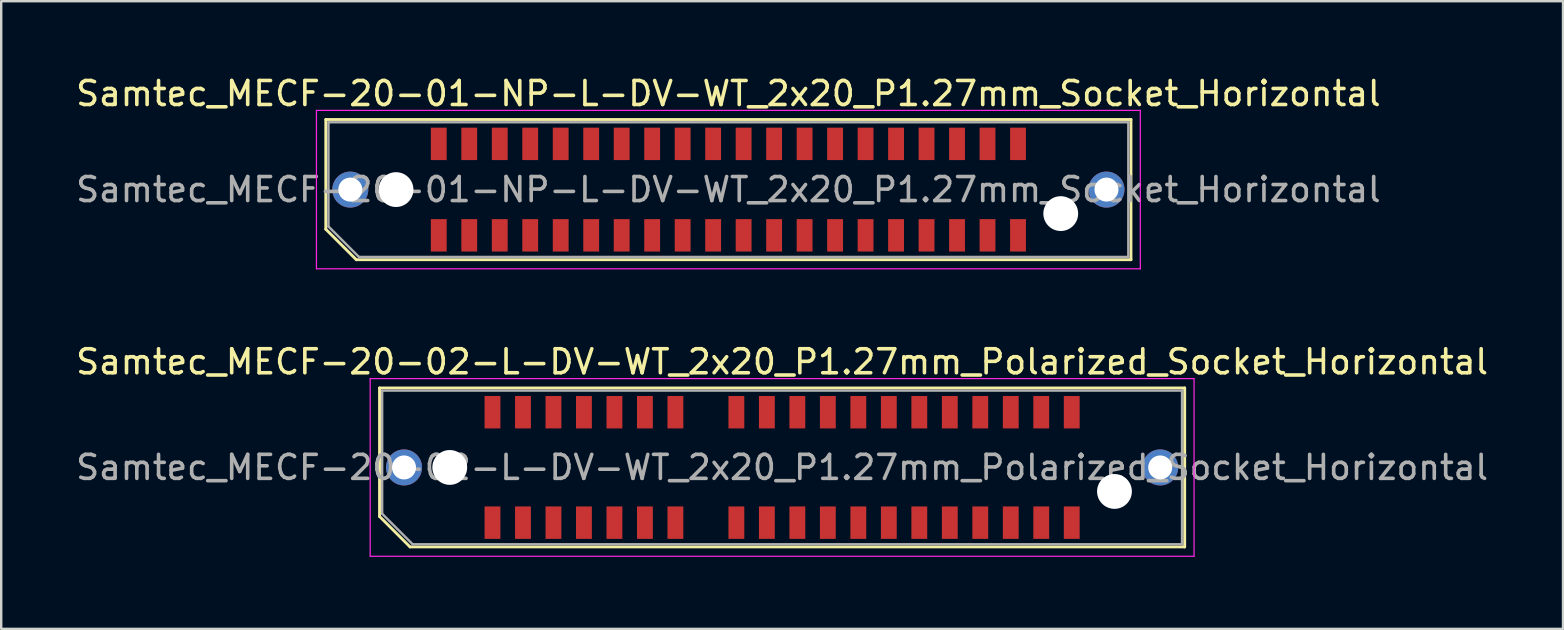
<source format=kicad_pcb>
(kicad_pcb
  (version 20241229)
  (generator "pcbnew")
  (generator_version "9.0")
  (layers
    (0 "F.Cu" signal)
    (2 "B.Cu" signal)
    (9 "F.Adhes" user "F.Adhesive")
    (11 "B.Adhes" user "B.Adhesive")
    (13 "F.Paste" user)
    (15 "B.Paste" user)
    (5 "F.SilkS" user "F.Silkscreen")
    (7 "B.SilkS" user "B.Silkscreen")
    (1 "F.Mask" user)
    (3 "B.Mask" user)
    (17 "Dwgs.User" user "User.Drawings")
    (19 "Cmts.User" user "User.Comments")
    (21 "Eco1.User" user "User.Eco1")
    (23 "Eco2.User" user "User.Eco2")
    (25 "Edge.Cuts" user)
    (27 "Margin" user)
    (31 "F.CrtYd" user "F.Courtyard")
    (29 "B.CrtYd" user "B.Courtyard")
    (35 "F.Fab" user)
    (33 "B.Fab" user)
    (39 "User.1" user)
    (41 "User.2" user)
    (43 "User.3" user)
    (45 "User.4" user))
  (footprint "Samtec_MECF-20-02-L-DV-WT_2x20_P1.27mm_Polarized_Socket_Horizontal"
    (layer "F.Cu")
    (at 29.53 16.422)
    (property "Reference" "Samtec_MECF-20-02-L-DV-WT_2x20_P1.27mm_Polarized_Socket_Horizontal" (at 0 -4.4 0) (layer "F.SilkS") (effects (font (size 1 1) (thickness 0.15))))
    (attr smd)
    (fp_line (start -16.77 -3.31) (end 16.77 -3.31) (stroke (width 0.12) (type solid)) (layer "F.SilkS"))
    (fp_line (start -16.77 2.04) (end -16.77 -3.31) (stroke (width 0.12) (type solid)) (layer "F.SilkS"))
    (fp_line (start -15.5 3.31) (end -16.77 2.04) (stroke (width 0.12) (type solid)) (layer "F.SilkS"))
    (fp_line (start -15.5 3.31) (end 16.77 3.31) (stroke (width 0.12) (type solid)) (layer "F.SilkS"))
    (fp_line (start 16.77 3.31) (end 16.77 -3.31) (stroke (width 0.12) (type solid)) (layer "F.SilkS"))
    (fp_line (start -17.16 -3.7) (end -17.16 3.7) (stroke (width 0.05) (type solid)) (layer "F.CrtYd"))
    (fp_line (start -17.16 3.7) (end 17.16 3.7) (stroke (width 0.05) (type solid)) (layer "F.CrtYd"))
    (fp_line (start 17.16 -3.7) (end -17.16 -3.7) (stroke (width 0.05) (type solid)) (layer "F.CrtYd"))
    (fp_line (start 17.16 3.7) (end 17.16 -3.7) (stroke (width 0.05) (type solid)) (layer "F.CrtYd"))
    (fp_line (start -16.66 -3.2) (end 16.66 -3.2) (stroke (width 0.1) (type solid)) (layer "F.Fab"))
    (fp_line (start -16.66 1.93) (end -16.66 -3.2) (stroke (width 0.1) (type solid)) (layer "F.Fab"))
    (fp_line (start -16.66 1.93) (end -15.39 3.2) (stroke (width 0.1) (type solid)) (layer "F.Fab"))
    (fp_line (start -15.39 3.2) (end 16.66 3.2) (stroke (width 0.1) (type solid)) (layer "F.Fab"))
    (fp_line (start 16.66 3.2) (end 16.66 -3.2) (stroke (width 0.1) (type solid)) (layer "F.Fab"))
    (fp_text user "${REFERENCE}" (at 0 0 0) (layer "F.Fab") (effects (font (size 1 1) (thickness 0.15))))
    (pad "" thru_hole circle (at -15.75 0) (size 1.5 1.5) (drill 1) (layers "*.Cu" "*.Mask"))
    (pad "" np_thru_hole circle (at -13.845 0) (size 1.45 1.45) (drill 1.45) (layers "*.Cu" "*.Mask"))
    (pad "" np_thru_hole circle (at 13.845 1) (size 1.45 1.45) (drill 1.45) (layers "*.Cu" "*.Mask"))
    (pad "" thru_hole circle (at 15.75 0) (size 1.5 1.5) (drill 1) (layers "*.Cu" "*.Mask"))
    (pad "1" smd rect (at -12.065 2.3) (size 0.66 1.35) (layers "F.Cu" "F.Mask" "F.Paste"))
    (pad "2" smd rect (at -12.065 -2.3) (size 0.66 1.35) (layers "F.Cu" "F.Mask" "F.Paste"))
    (pad "3" smd rect (at -10.795 2.3) (size 0.66 1.35) (layers "F.Cu" "F.Mask" "F.Paste"))
    (pad "4" smd rect (at -10.795 -2.3) (size 0.66 1.35) (layers "F.Cu" "F.Mask" "F.Paste"))
    (pad "5" smd rect (at -9.525 2.3) (size 0.66 1.35) (layers "F.Cu" "F.Mask" "F.Paste"))
    (pad "6" smd rect (at -9.525 -2.3) (size 0.66 1.35) (layers "F.Cu" "F.Mask" "F.Paste"))
    (pad "7" smd rect (at -8.255 2.3) (size 0.66 1.35) (layers "F.Cu" "F.Mask" "F.Paste"))
    (pad "8" smd rect (at -8.255 -2.3) (size 0.66 1.35) (layers "F.Cu" "F.Mask" "F.Paste"))
    (pad "9" smd rect (at -6.985 2.3) (size 0.66 1.35) (layers "F.Cu" "F.Mask" "F.Paste"))
    (pad "10" smd rect (at -6.985 -2.3) (size 0.66 1.35) (layers "F.Cu" "F.Mask" "F.Paste"))
    (pad "11" smd rect (at -5.715 2.3) (size 0.66 1.35) (layers "F.Cu" "F.Mask" "F.Paste"))
    (pad "12" smd rect (at -5.715 -2.3) (size 0.66 1.35) (layers "F.Cu" "F.Mask" "F.Paste"))
    (pad "13" smd rect (at -4.445 2.3) (size 0.66 1.35) (layers "F.Cu" "F.Mask" "F.Paste"))
    (pad "14" smd rect (at -4.445 -2.3) (size 0.66 1.35) (layers "F.Cu" "F.Mask" "F.Paste"))
    (pad "17" smd rect (at -1.905 2.3) (size 0.66 1.35) (layers "F.Cu" "F.Mask" "F.Paste"))
    (pad "18" smd rect (at -1.905 -2.3) (size 0.66 1.35) (layers "F.Cu" "F.Mask" "F.Paste"))
    (pad "19" smd rect (at -0.635 2.3) (size 0.66 1.35) (layers "F.Cu" "F.Mask" "F.Paste"))
    (pad "20" smd rect (at -0.635 -2.3) (size 0.66 1.35) (layers "F.Cu" "F.Mask" "F.Paste"))
    (pad "21" smd rect (at 0.635 2.3) (size 0.66 1.35) (layers "F.Cu" "F.Mask" "F.Paste"))
    (pad "22" smd rect (at 0.635 -2.3) (size 0.66 1.35) (layers "F.Cu" "F.Mask" "F.Paste"))
    (pad "23" smd rect (at 1.905 2.3) (size 0.66 1.35) (layers "F.Cu" "F.Mask" "F.Paste"))
    (pad "24" smd rect (at 1.905 -2.3) (size 0.66 1.35) (layers "F.Cu" "F.Mask" "F.Paste"))
    (pad "25" smd rect (at 3.175 2.3) (size 0.66 1.35) (layers "F.Cu" "F.Mask" "F.Paste"))
    (pad "26" smd rect (at 3.175 -2.3) (size 0.66 1.35) (layers "F.Cu" "F.Mask" "F.Paste"))
    (pad "27" smd rect (at 4.445 2.3) (size 0.66 1.35) (layers "F.Cu" "F.Mask" "F.Paste"))
    (pad "28" smd rect (at 4.445 -2.3) (size 0.66 1.35) (layers "F.Cu" "F.Mask" "F.Paste"))
    (pad "29" smd rect (at 5.715 2.3) (size 0.66 1.35) (layers "F.Cu" "F.Mask" "F.Paste"))
    (pad "30" smd rect (at 5.715 -2.3) (size 0.66 1.35) (layers "F.Cu" "F.Mask" "F.Paste"))
    (pad "31" smd rect (at 6.985 2.3) (size 0.66 1.35) (layers "F.Cu" "F.Mask" "F.Paste"))
    (pad "32" smd rect (at 6.985 -2.3) (size 0.66 1.35) (layers "F.Cu" "F.Mask" "F.Paste"))
    (pad "33" smd rect (at 8.255 2.3) (size 0.66 1.35) (layers "F.Cu" "F.Mask" "F.Paste"))
    (pad "34" smd rect (at 8.255 -2.3) (size 0.66 1.35) (layers "F.Cu" "F.Mask" "F.Paste"))
    (pad "35" smd rect (at 9.525 2.3) (size 0.66 1.35) (layers "F.Cu" "F.Mask" "F.Paste"))
    (pad "36" smd rect (at 9.525 -2.3) (size 0.66 1.35) (layers "F.Cu" "F.Mask" "F.Paste"))
    (pad "37" smd rect (at 10.795 2.3) (size 0.66 1.35) (layers "F.Cu" "F.Mask" "F.Paste"))
    (pad "38" smd rect (at 10.795 -2.3) (size 0.66 1.35) (layers "F.Cu" "F.Mask" "F.Paste"))
    (pad "39" smd rect (at 12.065 2.3) (size 0.66 1.35) (layers "F.Cu" "F.Mask" "F.Paste"))
    (pad "40" smd rect (at 12.065 -2.3) (size 0.66 1.35) (layers "F.Cu" "F.Mask" "F.Paste")))
  (footprint "Samtec_MECF-20-01-NP-L-DV-WT_2x20_P1.27mm_Socket_Horizontal"
    (layer "F.Cu")
    (at 27.292 4.848)
    (property "Reference" "Samtec_MECF-20-01-NP-L-DV-WT_2x20_P1.27mm_Socket_Horizontal" (at 0 -4 0) (layer "F.SilkS") (effects (font (size 1 1) (thickness 0.15))))
    (attr smd)
    (fp_line (start -16.77 -2.92) (end 16.77 -2.92) (stroke (width 0.12) (type solid)) (layer "F.SilkS"))
    (fp_line (start -16.77 1.65) (end -16.77 -2.92) (stroke (width 0.12) (type solid)) (layer "F.SilkS"))
    (fp_line (start -15.5 2.92) (end -16.77 1.65) (stroke (width 0.12) (type solid)) (layer "F.SilkS"))
    (fp_line (start -15.5 2.92) (end 16.77 2.92) (stroke (width 0.12) (type solid)) (layer "F.SilkS"))
    (fp_line (start 16.77 2.92) (end 16.77 -2.92) (stroke (width 0.12) (type solid)) (layer "F.SilkS"))
    (fp_line (start -17.16 -3.3) (end -17.16 3.3) (stroke (width 0.05) (type solid)) (layer "F.CrtYd"))
    (fp_line (start -17.16 3.3) (end 17.16 3.3) (stroke (width 0.05) (type solid)) (layer "F.CrtYd"))
    (fp_line (start 17.16 -3.3) (end -17.16 -3.3) (stroke (width 0.05) (type solid)) (layer "F.CrtYd"))
    (fp_line (start 17.16 3.3) (end 17.16 -3.3) (stroke (width 0.05) (type solid)) (layer "F.CrtYd"))
    (fp_line (start -16.66 -2.805) (end 16.66 -2.805) (stroke (width 0.1) (type solid)) (layer "F.Fab"))
    (fp_line (start -16.66 1.535) (end -16.66 -2.805) (stroke (width 0.1) (type solid)) (layer "F.Fab"))
    (fp_line (start -16.66 1.535) (end -15.39 2.805) (stroke (width 0.1) (type solid)) (layer "F.Fab"))
    (fp_line (start -15.39 2.805) (end 16.66 2.805) (stroke (width 0.1) (type solid)) (layer "F.Fab"))
    (fp_line (start 16.66 2.805) (end 16.66 -2.805) (stroke (width 0.1) (type solid)) (layer "F.Fab"))
    (fp_text user "${REFERENCE}" (at 0 0 0) (layer "F.Fab") (effects (font (size 1 1) (thickness 0.15))))
    (pad "" thru_hole circle (at -15.75 0) (size 1.5 1.5) (drill 1) (layers "*.Cu" "*.Mask"))
    (pad "" np_thru_hole circle (at -13.845 0) (size 1.45 1.45) (drill 1.45) (layers "*.Cu" "*.Mask"))
    (pad "" np_thru_hole circle (at 13.845 1) (size 1.45 1.45) (drill 1.45) (layers "*.Cu" "*.Mask"))
    (pad "" thru_hole circle (at 15.75 0) (size 1.5 1.5) (drill 1) (layers "*.Cu" "*.Mask"))
    (pad "1" smd rect (at -12.065 1.905) (size 0.66 1.35) (layers "F.Cu" "F.Mask" "F.Paste"))
    (pad "2" smd rect (at -12.065 -1.905) (size 0.66 1.35) (layers "F.Cu" "F.Mask" "F.Paste"))
    (pad "3" smd rect (at -10.795 1.905) (size 0.66 1.35) (layers "F.Cu" "F.Mask" "F.Paste"))
    (pad "4" smd rect (at -10.795 -1.905) (size 0.66 1.35) (layers "F.Cu" "F.Mask" "F.Paste"))
    (pad "5" smd rect (at -9.525 1.905) (size 0.66 1.35) (layers "F.Cu" "F.Mask" "F.Paste"))
    (pad "6" smd rect (at -9.525 -1.905) (size 0.66 1.35) (layers "F.Cu" "F.Mask" "F.Paste"))
    (pad "7" smd rect (at -8.255 1.905) (size 0.66 1.35) (layers "F.Cu" "F.Mask" "F.Paste"))
    (pad "8" smd rect (at -8.255 -1.905) (size 0.66 1.35) (layers "F.Cu" "F.Mask" "F.Paste"))
    (pad "9" smd rect (at -6.985 1.905) (size 0.66 1.35) (layers "F.Cu" "F.Mask" "F.Paste"))
    (pad "10" smd rect (at -6.985 -1.905) (size 0.66 1.35) (layers "F.Cu" "F.Mask" "F.Paste"))
    (pad "11" smd rect (at -5.715 1.905) (size 0.66 1.35) (layers "F.Cu" "F.Mask" "F.Paste"))
    (pad "12" smd rect (at -5.715 -1.905) (size 0.66 1.35) (layers "F.Cu" "F.Mask" "F.Paste"))
    (pad "13" smd rect (at -4.445 1.905) (size 0.66 1.35) (layers "F.Cu" "F.Mask" "F.Paste"))
    (pad "14" smd rect (at -4.445 -1.905) (size 0.66 1.35) (layers "F.Cu" "F.Mask" "F.Paste"))
    (pad "15" smd rect (at -3.175 1.905) (size 0.66 1.35) (layers "F.Cu" "F.Mask" "F.Paste"))
    (pad "16" smd rect (at -3.175 -1.905) (size 0.66 1.35) (layers "F.Cu" "F.Mask" "F.Paste"))
    (pad "17" smd rect (at -1.905 1.905) (size 0.66 1.35) (layers "F.Cu" "F.Mask" "F.Paste"))
    (pad "18" smd rect (at -1.905 -1.905) (size 0.66 1.35) (layers "F.Cu" "F.Mask" "F.Paste"))
    (pad "19" smd rect (at -0.635 1.905) (size 0.66 1.35) (layers "F.Cu" "F.Mask" "F.Paste"))
    (pad "20" smd rect (at -0.635 -1.905) (size 0.66 1.35) (layers "F.Cu" "F.Mask" "F.Paste"))
    (pad "21" smd rect (at 0.635 1.905) (size 0.66 1.35) (layers "F.Cu" "F.Mask" "F.Paste"))
    (pad "22" smd rect (at 0.635 -1.905) (size 0.66 1.35) (layers "F.Cu" "F.Mask" "F.Paste"))
    (pad "23" smd rect (at 1.905 1.905) (size 0.66 1.35) (layers "F.Cu" "F.Mask" "F.Paste"))
    (pad "24" smd rect (at 1.905 -1.905) (size 0.66 1.35) (layers "F.Cu" "F.Mask" "F.Paste"))
    (pad "25" smd rect (at 3.175 1.905) (size 0.66 1.35) (layers "F.Cu" "F.Mask" "F.Paste"))
    (pad "26" smd rect (at 3.175 -1.905) (size 0.66 1.35) (layers "F.Cu" "F.Mask" "F.Paste"))
    (pad "27" smd rect (at 4.445 1.905) (size 0.66 1.35) (layers "F.Cu" "F.Mask" "F.Paste"))
    (pad "28" smd rect (at 4.445 -1.905) (size 0.66 1.35) (layers "F.Cu" "F.Mask" "F.Paste"))
    (pad "29" smd rect (at 5.715 1.905) (size 0.66 1.35) (layers "F.Cu" "F.Mask" "F.Paste"))
    (pad "30" smd rect (at 5.715 -1.905) (size 0.66 1.35) (layers "F.Cu" "F.Mask" "F.Paste"))
    (pad "31" smd rect (at 6.985 1.905) (size 0.66 1.35) (layers "F.Cu" "F.Mask" "F.Paste"))
    (pad "32" smd rect (at 6.985 -1.905) (size 0.66 1.35) (layers "F.Cu" "F.Mask" "F.Paste"))
    (pad "33" smd rect (at 8.255 1.905) (size 0.66 1.35) (layers "F.Cu" "F.Mask" "F.Paste"))
    (pad "34" smd rect (at 8.255 -1.905) (size 0.66 1.35) (layers "F.Cu" "F.Mask" "F.Paste"))
    (pad "35" smd rect (at 9.525 1.905) (size 0.66 1.35) (layers "F.Cu" "F.Mask" "F.Paste"))
    (pad "36" smd rect (at 9.525 -1.905) (size 0.66 1.35) (layers "F.Cu" "F.Mask" "F.Paste"))
    (pad "37" smd rect (at 10.795 1.905) (size 0.66 1.35) (layers "F.Cu" "F.Mask" "F.Paste"))
    (pad "38" smd rect (at 10.795 -1.905) (size 0.66 1.35) (layers "F.Cu" "F.Mask" "F.Paste"))
    (pad "39" smd rect (at 12.065 1.905) (size 0.66 1.35) (layers "F.Cu" "F.Mask" "F.Paste"))
    (pad "40" smd rect (at 12.065 -1.905) (size 0.66 1.35) (layers "F.Cu" "F.Mask" "F.Paste")))
  (gr_rect
    (start -3 -3)
    (end 62.06 23.146)
    (stroke (width 0.1) (type default))
    (fill no)
    (layer "Edge.Cuts")))
</source>
